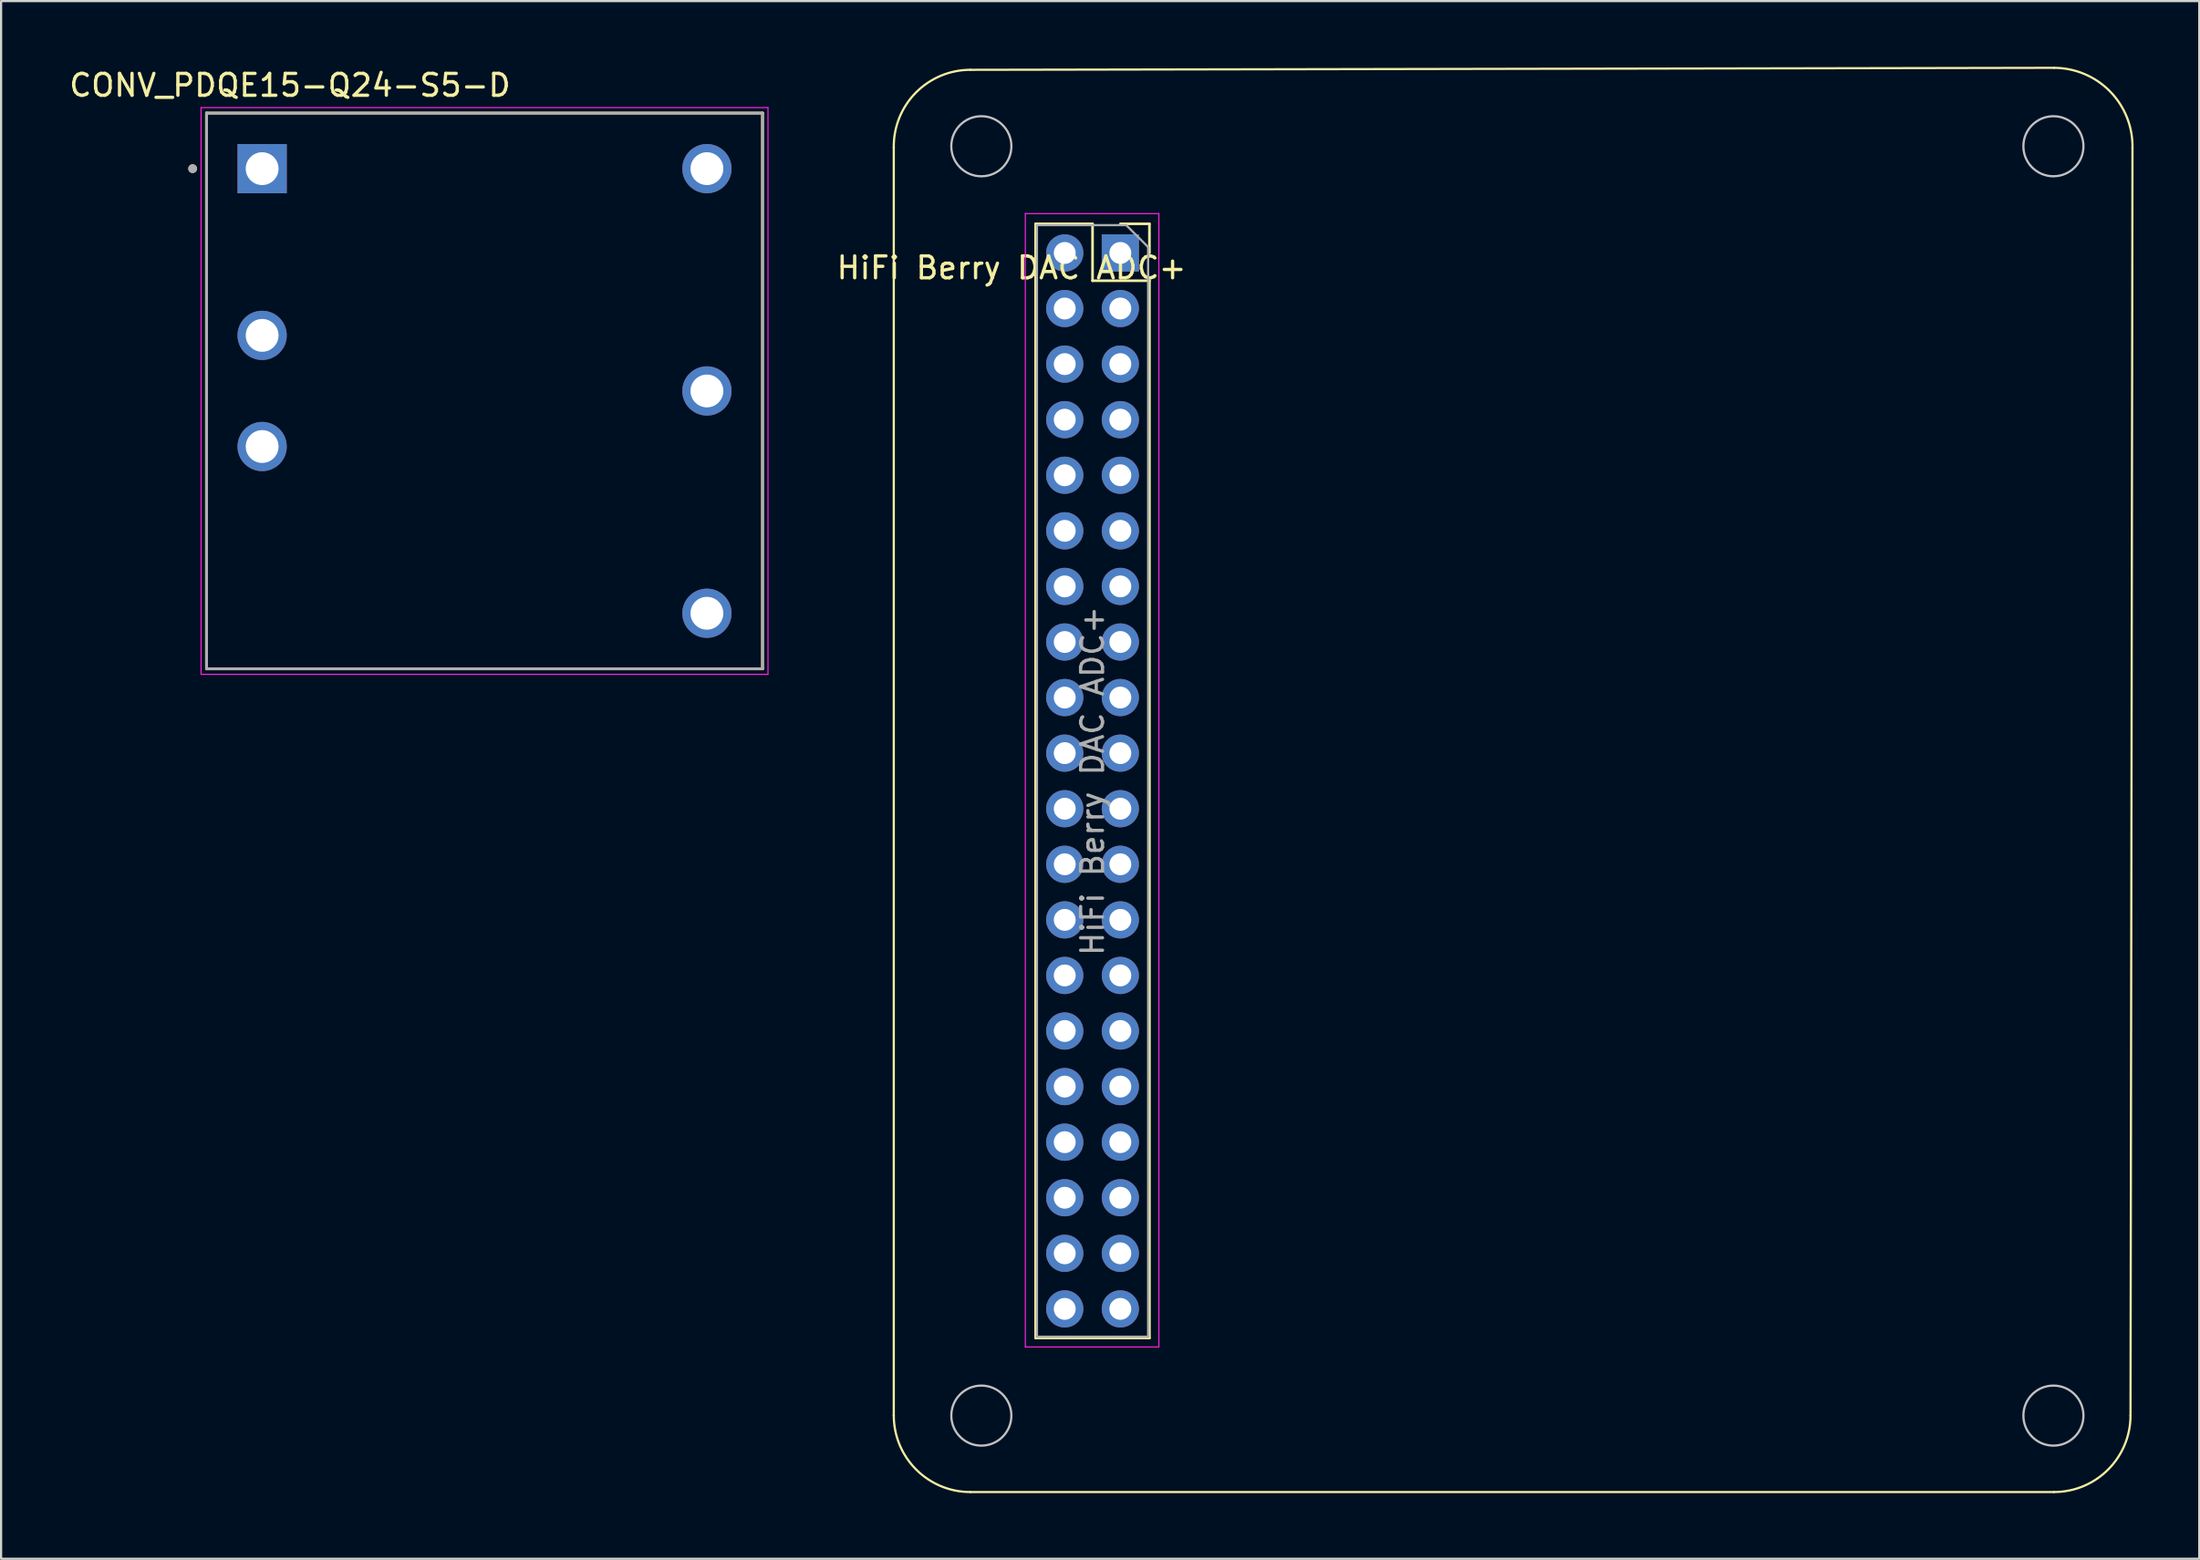
<source format=kicad_pcb>
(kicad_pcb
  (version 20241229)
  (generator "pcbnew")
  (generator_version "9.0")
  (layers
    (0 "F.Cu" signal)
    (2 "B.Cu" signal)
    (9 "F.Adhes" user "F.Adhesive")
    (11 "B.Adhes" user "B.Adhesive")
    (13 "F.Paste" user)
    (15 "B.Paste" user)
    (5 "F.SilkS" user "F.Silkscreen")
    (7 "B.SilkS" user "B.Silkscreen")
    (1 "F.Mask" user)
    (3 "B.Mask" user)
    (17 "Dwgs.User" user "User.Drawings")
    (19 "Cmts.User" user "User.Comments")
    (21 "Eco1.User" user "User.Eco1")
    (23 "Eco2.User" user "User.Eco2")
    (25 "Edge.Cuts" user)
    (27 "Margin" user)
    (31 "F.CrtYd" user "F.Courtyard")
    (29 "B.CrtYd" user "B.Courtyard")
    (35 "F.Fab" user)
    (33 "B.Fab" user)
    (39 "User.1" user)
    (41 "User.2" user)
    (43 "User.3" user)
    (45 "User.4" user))
  (footprint "HiFi Berry DAC ADC+"
    (layer "F.Cu")
    (at 48.133 8.511)
    (property "Reference" "HiFi Berry DAC ADC+" (at -4.97 0.679 0) (layer "F.SilkS") (effects (font (size 1 1) (thickness 0.15))))
    (attr through_hole)
    (fp_line (start -10.35 -4.82) (end -10.35 53.13) (stroke (width 0.1) (type default)) (layer "F.SilkS"))
    (fp_line (start -6.85 56.63) (end 42.65 56.63) (stroke (width 0.1) (type default)) (layer "F.SilkS"))
    (fp_line (start -3.87 -1.33) (end -3.87 49.59) (stroke (width 0.12) (type solid)) (layer "F.SilkS"))
    (fp_line (start -3.87 -1.33) (end -1.27 -1.33) (stroke (width 0.12) (type solid)) (layer "F.SilkS"))
    (fp_line (start -3.87 49.59) (end 1.33 49.59) (stroke (width 0.12) (type solid)) (layer "F.SilkS"))
    (fp_line (start -1.27 -1.33) (end -1.27 1.27) (stroke (width 0.12) (type solid)) (layer "F.SilkS"))
    (fp_line (start -1.27 1.27) (end 1.33 1.27) (stroke (width 0.12) (type solid)) (layer "F.SilkS"))
    (fp_line (start 0 -1.33) (end 1.33 -1.33) (stroke (width 0.12) (type solid)) (layer "F.SilkS"))
    (fp_line (start 1.33 -1.33) (end 1.33 0) (stroke (width 0.12) (type solid)) (layer "F.SilkS"))
    (fp_line (start 1.33 1.27) (end 1.33 49.59) (stroke (width 0.12) (type solid)) (layer "F.SilkS"))
    (fp_line (start 42.66 -8.461) (end -6.85 -8.37) (stroke (width 0.1) (type default)) (layer "F.SilkS"))
    (fp_line (start 46.15 53.13) (end 46.24 -4.79) (stroke (width 0.1) (type default)) (layer "F.SilkS"))
    (fp_arc (start -10.35 -4.82) (mid -9.342741 -7.327385) (end -6.85 -8.370357) (stroke (width 0.1) (type default)) (layer "F.SilkS"))
    (fp_arc (start -6.85 56.63) (mid -9.324874 55.604874) (end -10.35 53.13) (stroke (width 0.1) (type default)) (layer "F.SilkS"))
    (fp_arc (start 42.66026 -8.460875) (mid 45.220855 -7.377029) (end 46.239999 -4.79) (stroke (width 0.1) (type default)) (layer "F.SilkS"))
    (fp_arc (start 46.15 53.13) (mid 45.124874 55.604874) (end 42.65 56.63) (stroke (width 0.1) (type default)) (layer "F.SilkS"))
    (fp_circle (center -6.35 -4.877) (end -4.978 -4.928) (stroke (width 0.1) (type default)) (fill no) (layer "Dwgs.User"))
    (fp_circle (center -6.35 53.137) (end -4.978 53.137) (stroke (width 0.1) (type default)) (fill no) (layer "Dwgs.User"))
    (fp_circle (center 42.628 -4.877) (end 44 -4.877) (stroke (width 0.1) (type default)) (fill no) (layer "Dwgs.User"))
    (fp_circle (center 42.628 53.137) (end 44 53.137) (stroke (width 0.1) (type default)) (fill no) (layer "Dwgs.User"))
    (fp_line (start -4.34 -1.8) (end 1.76 -1.8) (stroke (width 0.05) (type solid)) (layer "F.CrtYd"))
    (fp_line (start -4.34 50) (end -4.34 -1.8) (stroke (width 0.05) (type solid)) (layer "F.CrtYd"))
    (fp_line (start 1.76 -1.8) (end 1.76 50) (stroke (width 0.05) (type solid)) (layer "F.CrtYd"))
    (fp_line (start 1.76 50) (end -4.34 50) (stroke (width 0.05) (type solid)) (layer "F.CrtYd"))
    (fp_line (start -3.81 -1.27) (end 0.27 -1.27) (stroke (width 0.1) (type solid)) (layer "F.Fab"))
    (fp_line (start -3.81 49.53) (end -3.81 -1.27) (stroke (width 0.1) (type solid)) (layer "F.Fab"))
    (fp_line (start 0.27 -1.27) (end 1.27 -0.27) (stroke (width 0.1) (type solid)) (layer "F.Fab"))
    (fp_line (start 1.27 -0.27) (end 1.27 49.53) (stroke (width 0.1) (type solid)) (layer "F.Fab"))
    (fp_line (start 1.27 49.53) (end -3.81 49.53) (stroke (width 0.1) (type solid)) (layer "F.Fab"))
    (fp_text user "${REFERENCE}" (at -1.27 24.13 90) (layer "F.Fab") (effects (font (size 1 1) (thickness 0.15))))
    (pad "1" thru_hole rect (at 0 0) (size 1.7 1.7) (drill 1) (layers "*.Cu" "*.Mask"))
    (pad "2" thru_hole oval (at -2.54 0) (size 1.7 1.7) (drill 1) (layers "*.Cu" "*.Mask"))
    (pad "3" thru_hole oval (at 0 2.54) (size 1.7 1.7) (drill 1) (layers "*.Cu" "*.Mask"))
    (pad "4" thru_hole oval (at -2.54 2.54) (size 1.7 1.7) (drill 1) (layers "*.Cu" "*.Mask"))
    (pad "5" thru_hole oval (at 0 5.08) (size 1.7 1.7) (drill 1) (layers "*.Cu" "*.Mask"))
    (pad "6" thru_hole oval (at -2.54 5.08) (size 1.7 1.7) (drill 1) (layers "*.Cu" "*.Mask"))
    (pad "7" thru_hole oval (at 0 7.62) (size 1.7 1.7) (drill 1) (layers "*.Cu" "*.Mask"))
    (pad "8" thru_hole oval (at -2.54 7.62) (size 1.7 1.7) (drill 1) (layers "*.Cu" "*.Mask"))
    (pad "9" thru_hole oval (at 0 10.16) (size 1.7 1.7) (drill 1) (layers "*.Cu" "*.Mask"))
    (pad "10" thru_hole oval (at -2.54 10.16) (size 1.7 1.7) (drill 1) (layers "*.Cu" "*.Mask"))
    (pad "11" thru_hole oval (at 0 12.7) (size 1.7 1.7) (drill 1) (layers "*.Cu" "*.Mask"))
    (pad "12" thru_hole oval (at -2.54 12.7) (size 1.7 1.7) (drill 1) (layers "*.Cu" "*.Mask"))
    (pad "13" thru_hole oval (at 0 15.24) (size 1.7 1.7) (drill 1) (layers "*.Cu" "*.Mask"))
    (pad "14" thru_hole oval (at -2.54 15.24) (size 1.7 1.7) (drill 1) (layers "*.Cu" "*.Mask"))
    (pad "15" thru_hole oval (at 0 17.78) (size 1.7 1.7) (drill 1) (layers "*.Cu" "*.Mask"))
    (pad "16" thru_hole oval (at -2.54 17.78) (size 1.7 1.7) (drill 1) (layers "*.Cu" "*.Mask"))
    (pad "17" thru_hole oval (at 0 20.32) (size 1.7 1.7) (drill 1) (layers "*.Cu" "*.Mask"))
    (pad "18" thru_hole oval (at -2.54 20.32) (size 1.7 1.7) (drill 1) (layers "*.Cu" "*.Mask"))
    (pad "19" thru_hole oval (at 0 22.86) (size 1.7 1.7) (drill 1) (layers "*.Cu" "*.Mask"))
    (pad "20" thru_hole oval (at -2.54 22.86) (size 1.7 1.7) (drill 1) (layers "*.Cu" "*.Mask"))
    (pad "21" thru_hole oval (at 0 25.4) (size 1.7 1.7) (drill 1) (layers "*.Cu" "*.Mask"))
    (pad "22" thru_hole oval (at -2.54 25.4) (size 1.7 1.7) (drill 1) (layers "*.Cu" "*.Mask"))
    (pad "23" thru_hole oval (at 0 27.94) (size 1.7 1.7) (drill 1) (layers "*.Cu" "*.Mask"))
    (pad "24" thru_hole oval (at -2.54 27.94) (size 1.7 1.7) (drill 1) (layers "*.Cu" "*.Mask"))
    (pad "25" thru_hole oval (at 0 30.48) (size 1.7 1.7) (drill 1) (layers "*.Cu" "*.Mask"))
    (pad "26" thru_hole oval (at -2.54 30.48) (size 1.7 1.7) (drill 1) (layers "*.Cu" "*.Mask"))
    (pad "27" thru_hole oval (at 0 33.02) (size 1.7 1.7) (drill 1) (layers "*.Cu" "*.Mask"))
    (pad "28" thru_hole oval (at -2.54 33.02) (size 1.7 1.7) (drill 1) (layers "*.Cu" "*.Mask"))
    (pad "29" thru_hole oval (at 0 35.56) (size 1.7 1.7) (drill 1) (layers "*.Cu" "*.Mask"))
    (pad "30" thru_hole oval (at -2.54 35.56) (size 1.7 1.7) (drill 1) (layers "*.Cu" "*.Mask"))
    (pad "31" thru_hole oval (at 0 38.1) (size 1.7 1.7) (drill 1) (layers "*.Cu" "*.Mask"))
    (pad "32" thru_hole oval (at -2.54 38.1) (size 1.7 1.7) (drill 1) (layers "*.Cu" "*.Mask"))
    (pad "33" thru_hole oval (at 0 40.64) (size 1.7 1.7) (drill 1) (layers "*.Cu" "*.Mask"))
    (pad "34" thru_hole oval (at -2.54 40.64) (size 1.7 1.7) (drill 1) (layers "*.Cu" "*.Mask"))
    (pad "35" thru_hole oval (at 0 43.18) (size 1.7 1.7) (drill 1) (layers "*.Cu" "*.Mask"))
    (pad "36" thru_hole oval (at -2.54 43.18) (size 1.7 1.7) (drill 1) (layers "*.Cu" "*.Mask"))
    (pad "37" thru_hole oval (at 0 45.72) (size 1.7 1.7) (drill 1) (layers "*.Cu" "*.Mask"))
    (pad "38" thru_hole oval (at -2.54 45.72) (size 1.7 1.7) (drill 1) (layers "*.Cu" "*.Mask"))
    (pad "39" thru_hole oval (at 0 48.26) (size 1.7 1.7) (drill 1) (layers "*.Cu" "*.Mask"))
    (pad "40" thru_hole oval (at -2.54 48.26) (size 1.7 1.7) (drill 1) (layers "*.Cu" "*.Mask")))
  (footprint "CONV_PDQE15-Q24-S5-D"
    (layer "F.Cu")
    (at 19.086 14.818)
    (property "Reference" "CONV_PDQE15-Q24-S5-D" (at -8.89 -13.97 0) (layer "F.SilkS") (effects (font (size 1 1) (thickness 0.15))))
    (attr through_hole)
    (fp_line (start -12.7 -12.7) (end -12.7 12.7) (stroke (width 0.127) (type solid)) (layer "F.SilkS"))
    (fp_line (start -12.7 12.7) (end 12.7 12.7) (stroke (width 0.127) (type solid)) (layer "F.SilkS"))
    (fp_line (start 12.7 -12.7) (end -12.7 -12.7) (stroke (width 0.127) (type solid)) (layer "F.SilkS"))
    (fp_line (start 12.7 12.7) (end 12.7 -12.7) (stroke (width 0.127) (type solid)) (layer "F.SilkS"))
    (fp_circle (center -13.335 -10.16) (end -13.235 -10.16) (stroke (width 0.2) (type solid)) (fill no) (layer "F.SilkS"))
    (fp_line (start -12.95 -12.95) (end -12.95 12.95) (stroke (width 0.05) (type solid)) (layer "F.CrtYd"))
    (fp_line (start -12.95 12.95) (end 12.95 12.95) (stroke (width 0.05) (type solid)) (layer "F.CrtYd"))
    (fp_line (start 12.95 -12.95) (end -12.95 -12.95) (stroke (width 0.05) (type solid)) (layer "F.CrtYd"))
    (fp_line (start 12.95 12.95) (end 12.95 -12.95) (stroke (width 0.05) (type solid)) (layer "F.CrtYd"))
    (fp_line (start -12.7 -12.7) (end -12.7 12.7) (stroke (width 0.127) (type solid)) (layer "F.Fab"))
    (fp_line (start -12.7 12.7) (end 12.7 12.7) (stroke (width 0.127) (type solid)) (layer "F.Fab"))
    (fp_line (start 12.7 -12.7) (end -12.7 -12.7) (stroke (width 0.127) (type solid)) (layer "F.Fab"))
    (fp_line (start 12.7 12.7) (end 12.7 -12.7) (stroke (width 0.127) (type solid)) (layer "F.Fab"))
    (fp_circle (center -13.335 -10.16) (end -13.235 -10.16) (stroke (width 0.2) (type solid)) (fill no) (layer "F.Fab"))
    (pad "1" thru_hole rect (at -10.16 -10.16) (size 2.25 2.25) (drill 1.5) (layers "*.Cu" "*.Mask"))
    (pad "2" thru_hole circle (at -10.16 -2.54) (size 2.25 2.25) (drill 1.5) (layers "*.Cu" "*.Mask"))
    (pad "3" thru_hole circle (at -10.16 2.54) (size 2.25 2.25) (drill 1.5) (layers "*.Cu" "*.Mask"))
    (pad "4" thru_hole circle (at 10.16 10.16) (size 2.25 2.25) (drill 1.5) (layers "*.Cu" "*.Mask"))
    (pad "5" thru_hole circle (at 10.16 0) (size 2.25 2.25) (drill 1.5) (layers "*.Cu" "*.Mask"))
    (pad "6" thru_hole circle (at 10.16 -10.16) (size 2.25 2.25) (drill 1.5) (layers "*.Cu" "*.Mask")))
  (gr_rect
    (start -3 -3)
    (end 97.424 68.191)
    (stroke (width 0.1) (type default))
    (fill no)
    (layer "Edge.Cuts")))
</source>
